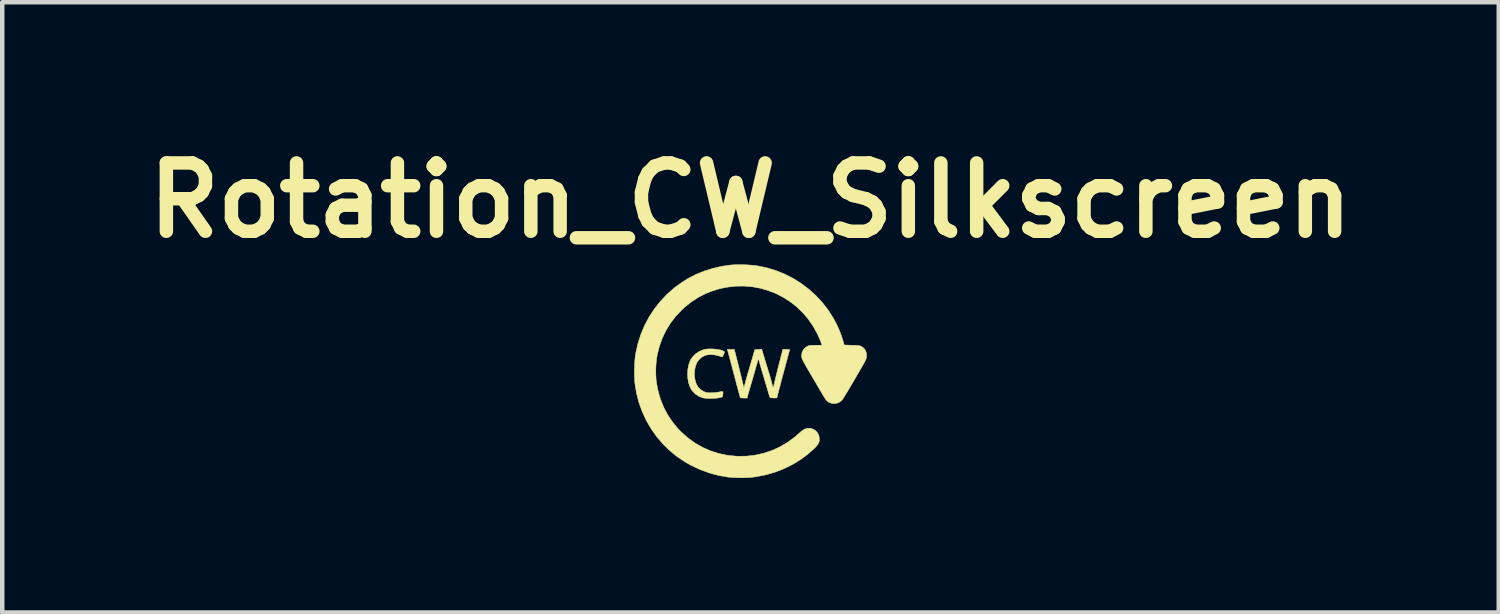
<source format=kicad_pcb>
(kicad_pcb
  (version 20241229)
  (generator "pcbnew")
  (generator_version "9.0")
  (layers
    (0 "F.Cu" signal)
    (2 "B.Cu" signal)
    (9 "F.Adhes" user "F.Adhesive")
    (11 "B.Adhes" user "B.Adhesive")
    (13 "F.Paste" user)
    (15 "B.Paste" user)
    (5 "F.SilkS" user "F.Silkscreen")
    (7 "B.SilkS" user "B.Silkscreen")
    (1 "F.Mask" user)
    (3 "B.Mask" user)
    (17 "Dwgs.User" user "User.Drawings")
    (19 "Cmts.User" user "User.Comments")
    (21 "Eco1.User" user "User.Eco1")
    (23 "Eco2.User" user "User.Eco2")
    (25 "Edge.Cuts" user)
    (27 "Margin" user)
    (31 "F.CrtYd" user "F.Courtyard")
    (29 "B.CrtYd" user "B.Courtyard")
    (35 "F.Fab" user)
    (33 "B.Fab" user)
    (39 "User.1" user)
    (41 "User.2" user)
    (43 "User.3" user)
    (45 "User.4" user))
  (footprint "Rotation_CW_Silkscreen"
    (layer "F.Cu")
    (at 13.687 5.228)
    (property "Reference" "Rotation_CW_Silkscreen" (at 0 -3.81 0) (layer "F.SilkS") (effects (font (size 1.524 1.524) (thickness 0.3))))
    (attr through_hole)
    (fp_poly (pts (xy -0.831 -0.496) (xy -0.763 -0.489) (xy -0.7 -0.479) (xy -0.646 -0.466) (xy -0.605 -0.45) (xy -0.595 -0.444) (xy -0.584 -0.435) (xy -0.581 -0.425) (xy -0.585 -0.408) (xy -0.597 -0.379) (xy -0.599 -0.375) (xy -0.612 -0.345) (xy -0.621 -0.324) (xy -0.625 -0.317) (xy -0.635 -0.319) (xy -0.659 -0.326) (xy -0.694 -0.337) (xy -0.707 -0.341) (xy -0.789 -0.362) (xy -0.872 -0.37) (xy -0.951 -0.366) (xy -1.015 -0.35) (xy -1.068 -0.324) (xy -1.12 -0.284) (xy -1.165 -0.238) (xy -1.196 -0.192) (xy -1.228 -0.108) (xy -1.246 -0.016) (xy -1.25 0.081) (xy -1.24 0.175) (xy -1.216 0.263) (xy -1.205 0.289) (xy -1.167 0.355) (xy -1.118 0.406) (xy -1.053 0.447) (xy -1.048 0.449) (xy -1.017 0.464) (xy -0.991 0.474) (xy -0.964 0.479) (xy -0.932 0.481) (xy -0.886 0.482) (xy -0.874 0.481) (xy -0.805 0.478) (xy -0.742 0.471) (xy -0.698 0.463) (xy -0.655 0.453) (xy -0.628 0.452) (xy -0.615 0.462) (xy -0.612 0.485) (xy -0.616 0.52) (xy -0.625 0.574) (xy -0.691 0.591) (xy -0.739 0.6) (xy -0.8 0.606) (xy -0.867 0.608) (xy -0.935 0.608) (xy -0.998 0.604) (xy -1.049 0.597) (xy -1.064 0.594) (xy -1.152 0.56) (xy -1.23 0.509) (xy -1.295 0.443) (xy -1.321 0.407) (xy -1.358 0.332) (xy -1.384 0.244) (xy -1.4 0.148) (xy -1.404 0.049) (xy -1.396 -0.051) (xy -1.377 -0.145) (xy -1.347 -0.231) (xy -1.334 -0.257) (xy -1.285 -0.326) (xy -1.221 -0.388) (xy -1.146 -0.438) (xy -1.062 -0.475) (xy -1.015 -0.488) (xy -0.961 -0.496) (xy -0.898 -0.498) (xy -0.831 -0.496)) (stroke (width 0.01) (type solid)) (fill yes) (layer "F.SilkS"))
    (fp_poly (pts (xy 0.269 -0.43) (xy 0.275 -0.408) (xy 0.283 -0.383) (xy 0.292 -0.352) (xy 0.304 -0.313) (xy 0.319 -0.264) (xy 0.337 -0.203) (xy 0.36 -0.129) (xy 0.388 -0.038) (xy 0.404 0.015) (xy 0.424 0.079) (xy 0.443 0.145) (xy 0.46 0.208) (xy 0.474 0.26) (xy 0.478 0.277) (xy 0.49 0.324) (xy 0.499 0.351) (xy 0.507 0.359) (xy 0.514 0.35) (xy 0.52 0.322) (xy 0.522 0.31) (xy 0.527 0.288) (xy 0.536 0.249) (xy 0.549 0.196) (xy 0.564 0.132) (xy 0.582 0.06) (xy 0.601 -0.018) (xy 0.621 -0.099) (xy 0.642 -0.179) (xy 0.662 -0.257) (xy 0.68 -0.329) (xy 0.697 -0.393) (xy 0.711 -0.445) (xy 0.712 -0.45) (xy 0.722 -0.488) (xy 0.799 -0.488) (xy 0.838 -0.487) (xy 0.861 -0.485) (xy 0.871 -0.48) (xy 0.872 -0.472) (xy 0.871 -0.47) (xy 0.866 -0.451) (xy 0.857 -0.417) (xy 0.845 -0.372) (xy 0.83 -0.319) (xy 0.816 -0.264) (xy 0.801 -0.21) (xy 0.791 -0.173) (xy 0.777 -0.121) (xy 0.762 -0.064) (xy 0.75 -0.02) (xy 0.737 0.03) (xy 0.722 0.085) (xy 0.711 0.127) (xy 0.684 0.229) (xy 0.662 0.315) (xy 0.642 0.388) (xy 0.625 0.453) (xy 0.615 0.489) (xy 0.604 0.531) (xy 0.596 0.566) (xy 0.59 0.588) (xy 0.589 0.594) (xy 0.58 0.597) (xy 0.555 0.598) (xy 0.52 0.598) (xy 0.511 0.597) (xy 0.472 0.595) (xy 0.448 0.592) (xy 0.435 0.586) (xy 0.428 0.576) (xy 0.426 0.569) (xy 0.419 0.544) (xy 0.406 0.502) (xy 0.39 0.447) (xy 0.371 0.382) (xy 0.35 0.311) (xy 0.327 0.236) (xy 0.305 0.16) (xy 0.284 0.091) (xy 0.264 0.025) (xy 0.244 -0.043) (xy 0.226 -0.107) (xy 0.21 -0.161) (xy 0.203 -0.188) (xy 0.19 -0.233) (xy 0.182 -0.26) (xy 0.176 -0.271) (xy 0.172 -0.27) (xy 0.168 -0.259) (xy 0.159 -0.224) (xy 0.144 -0.169) (xy 0.123 -0.096) (xy 0.097 -0.003) (xy 0.065 0.108) (xy 0.027 0.238) (xy 0.025 0.244) (xy 0.004 0.317) (xy -0.016 0.385) (xy -0.034 0.447) (xy -0.048 0.498) (xy -0.059 0.535) (xy -0.064 0.556) (xy -0.075 0.599) (xy -0.148 0.599) (xy -0.185 0.598) (xy -0.213 0.596) (xy -0.227 0.592) (xy -0.227 0.592) (xy -0.231 0.58) (xy -0.239 0.552) (xy -0.251 0.509) (xy -0.265 0.456) (xy -0.282 0.395) (xy -0.29 0.366) (xy -0.309 0.294) (xy -0.328 0.221) (xy -0.346 0.152) (xy -0.362 0.093) (xy -0.374 0.047) (xy -0.376 0.041) (xy -0.389 -0.011) (xy -0.406 -0.075) (xy -0.424 -0.143) (xy -0.441 -0.206) (xy -0.441 -0.208) (xy -0.457 -0.266) (xy -0.472 -0.324) (xy -0.486 -0.375) (xy -0.496 -0.414) (xy -0.498 -0.419) (xy -0.517 -0.488) (xy -0.361 -0.488) (xy -0.256 -0.074) (xy -0.234 0.016) (xy -0.213 0.1) (xy -0.195 0.176) (xy -0.179 0.242) (xy -0.166 0.297) (xy -0.157 0.337) (xy -0.152 0.361) (xy -0.151 0.366) (xy -0.149 0.367) (xy -0.143 0.351) (xy -0.134 0.321) (xy -0.123 0.28) (xy -0.122 0.279) (xy -0.108 0.224) (xy -0.093 0.167) (xy -0.079 0.116) (xy -0.072 0.091) (xy -0.057 0.042) (xy -0.04 -0.015) (xy -0.025 -0.066) (xy -0.014 -0.104) (xy 0.001 -0.157) (xy 0.019 -0.217) (xy 0.038 -0.281) (xy 0.048 -0.315) (xy 0.097 -0.483) (xy 0.175 -0.486) (xy 0.252 -0.489) (xy 0.269 -0.43)) (stroke (width 0.01) (type solid)) (fill yes) (layer "F.SilkS"))
    (fp_poly (pts (xy -0.174 -2.375) (xy -0.073 -2.371) (xy 0.023 -2.365) (xy 0.108 -2.357) (xy 0.142 -2.352) (xy 0.356 -2.308) (xy 0.563 -2.246) (xy 0.762 -2.166) (xy 0.953 -2.069) (xy 1.134 -1.955) (xy 1.304 -1.826) (xy 1.462 -1.683) (xy 1.607 -1.526) (xy 1.738 -1.356) (xy 1.853 -1.174) (xy 1.913 -1.061) (xy 1.967 -0.945) (xy 2.015 -0.825) (xy 2.055 -0.708) (xy 2.067 -0.665) (xy 2.09 -0.584) (xy 2.262 -0.579) (xy 2.326 -0.577) (xy 2.374 -0.575) (xy 2.409 -0.571) (xy 2.435 -0.567) (xy 2.455 -0.561) (xy 2.473 -0.553) (xy 2.476 -0.551) (xy 2.529 -0.512) (xy 2.565 -0.461) (xy 2.586 -0.4) (xy 2.589 -0.333) (xy 2.588 -0.318) (xy 2.586 -0.304) (xy 2.582 -0.288) (xy 2.576 -0.27) (xy 2.566 -0.247) (xy 2.551 -0.219) (xy 2.532 -0.182) (xy 2.506 -0.136) (xy 2.474 -0.08) (xy 2.434 -0.01) (xy 2.385 0.073) (xy 2.328 0.173) (xy 2.327 0.173) (xy 2.276 0.261) (xy 2.227 0.344) (xy 2.181 0.421) (xy 2.139 0.49) (xy 2.103 0.549) (xy 2.074 0.596) (xy 2.052 0.63) (xy 2.039 0.648) (xy 2.038 0.649) (xy 1.988 0.689) (xy 1.93 0.714) (xy 1.868 0.723) (xy 1.805 0.716) (xy 1.747 0.694) (xy 1.697 0.655) (xy 1.695 0.653) (xy 1.682 0.636) (xy 1.661 0.604) (xy 1.634 0.561) (xy 1.603 0.51) (xy 1.569 0.453) (xy 1.559 0.437) (xy 1.518 0.366) (xy 1.47 0.285) (xy 1.42 0.2) (xy 1.372 0.117) (xy 1.333 0.051) (xy 1.282 -0.035) (xy 1.241 -0.106) (xy 1.209 -0.163) (xy 1.184 -0.209) (xy 1.165 -0.246) (xy 1.153 -0.275) (xy 1.145 -0.298) (xy 1.14 -0.318) (xy 1.138 -0.337) (xy 1.138 -0.348) (xy 1.148 -0.415) (xy 1.176 -0.475) (xy 1.219 -0.524) (xy 1.274 -0.56) (xy 1.295 -0.568) (xy 1.321 -0.573) (xy 1.354 -0.577) (xy 1.4 -0.578) (xy 1.455 -0.579) (xy 1.595 -0.579) (xy 1.569 -0.653) (xy 1.553 -0.692) (xy 1.532 -0.743) (xy 1.507 -0.797) (xy 1.486 -0.842) (xy 1.392 -1.011) (xy 1.283 -1.167) (xy 1.161 -1.31) (xy 1.027 -1.438) (xy 0.882 -1.551) (xy 0.728 -1.649) (xy 0.566 -1.732) (xy 0.396 -1.798) (xy 0.221 -1.849) (xy 0.042 -1.882) (xy -0.141 -1.898) (xy -0.326 -1.896) (xy -0.512 -1.875) (xy -0.698 -1.837) (xy -0.881 -1.779) (xy -0.994 -1.733) (xy -1.158 -1.65) (xy -1.312 -1.551) (xy -1.459 -1.435) (xy -1.527 -1.372) (xy -1.664 -1.228) (xy -1.782 -1.075) (xy -1.882 -0.913) (xy -1.965 -0.74) (xy -2.031 -0.557) (xy -2.078 -0.374) (xy -2.095 -0.273) (xy -2.106 -0.16) (xy -2.112 -0.04) (xy -2.111 0.078) (xy -2.105 0.189) (xy -2.099 0.239) (xy -2.063 0.434) (xy -2.009 0.622) (xy -1.937 0.802) (xy -1.847 0.972) (xy -1.74 1.132) (xy -1.617 1.281) (xy -1.543 1.357) (xy -1.393 1.49) (xy -1.234 1.604) (xy -1.066 1.7) (xy -0.891 1.777) (xy -0.708 1.835) (xy -0.518 1.875) (xy -0.32 1.895) (xy -0.284 1.897) (xy -0.088 1.894) (xy 0.105 1.872) (xy 0.293 1.83) (xy 0.476 1.769) (xy 0.652 1.689) (xy 0.82 1.591) (xy 0.98 1.475) (xy 1.092 1.377) (xy 1.142 1.334) (xy 1.184 1.304) (xy 1.223 1.285) (xy 1.263 1.275) (xy 1.282 1.272) (xy 1.347 1.275) (xy 1.407 1.296) (xy 1.458 1.332) (xy 1.499 1.38) (xy 1.526 1.439) (xy 1.537 1.506) (xy 1.537 1.515) (xy 1.534 1.556) (xy 1.524 1.592) (xy 1.506 1.628) (xy 1.476 1.666) (xy 1.433 1.712) (xy 1.419 1.726) (xy 1.269 1.859) (xy 1.105 1.979) (xy 0.929 2.085) (xy 0.741 2.177) (xy 0.546 2.252) (xy 0.344 2.311) (xy 0.137 2.352) (xy 0.028 2.367) (xy -0.043 2.372) (xy -0.128 2.375) (xy -0.221 2.376) (xy -0.314 2.374) (xy -0.403 2.37) (xy -0.48 2.364) (xy -0.498 2.362) (xy -0.709 2.326) (xy -0.917 2.27) (xy -1.122 2.195) (xy -1.32 2.103) (xy -1.468 2.019) (xy -1.646 1.899) (xy -1.811 1.763) (xy -1.962 1.614) (xy -2.099 1.451) (xy -2.221 1.277) (xy -2.327 1.093) (xy -2.416 0.899) (xy -2.489 0.697) (xy -2.543 0.488) (xy -2.578 0.273) (xy -2.581 0.247) (xy -2.587 0.164) (xy -2.59 0.069) (xy -2.589 -0.035) (xy -2.586 -0.141) (xy -2.579 -0.242) (xy -2.57 -0.334) (xy -2.56 -0.396) (xy -2.512 -0.613) (xy -2.445 -0.822) (xy -2.361 -1.023) (xy -2.259 -1.213) (xy -2.141 -1.394) (xy -2.007 -1.562) (xy -1.858 -1.719) (xy -1.695 -1.862) (xy -1.517 -1.99) (xy -1.387 -2.071) (xy -1.215 -2.159) (xy -1.03 -2.234) (xy -0.837 -2.294) (xy -0.639 -2.34) (xy -0.443 -2.368) (xy -0.365 -2.373) (xy -0.273 -2.376) (xy -0.174 -2.375)) (stroke (width 0.01) (type solid)) (fill yes) (layer "F.SilkS")))
  (gr_rect
    (start -3 -3)
    (end 30.374 10.609)
    (stroke (width 0.1) (type default))
    (fill no)
    (layer "Edge.Cuts")))
</source>
